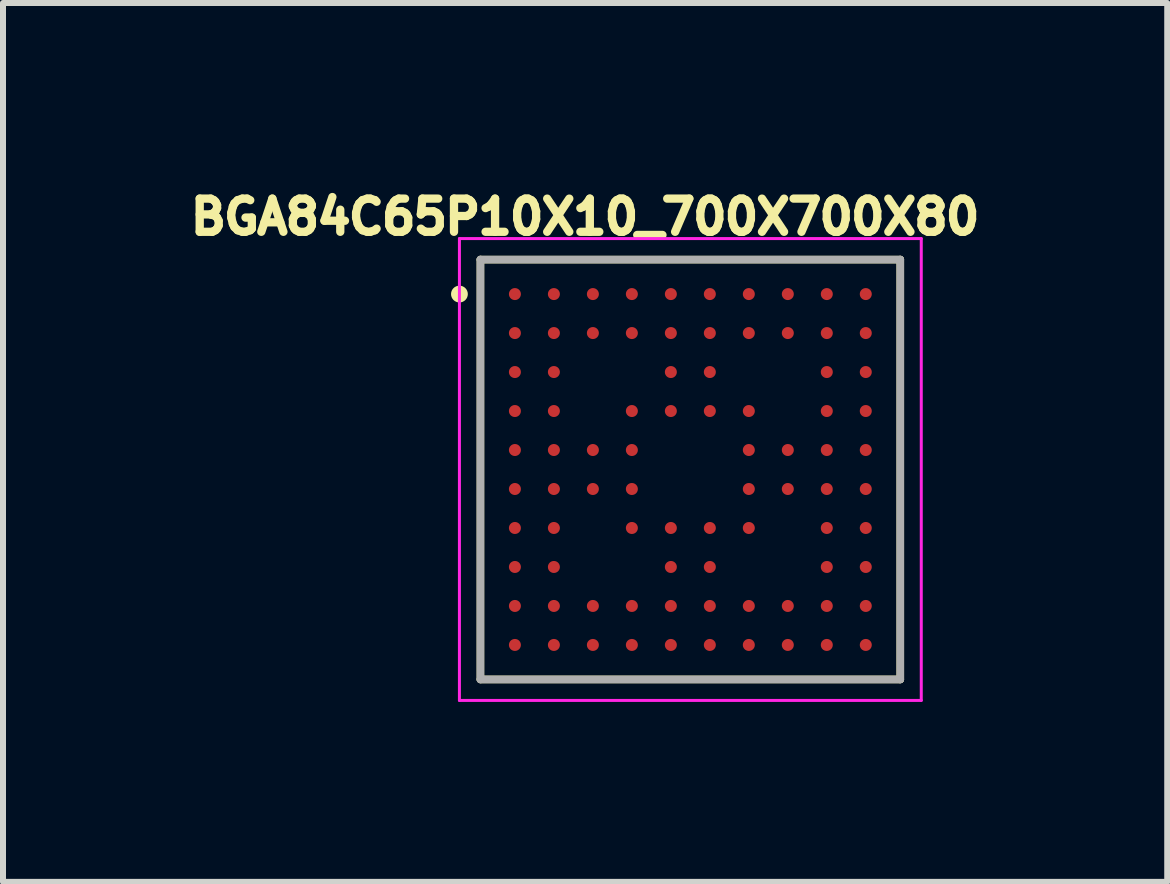
<source format=kicad_pcb>
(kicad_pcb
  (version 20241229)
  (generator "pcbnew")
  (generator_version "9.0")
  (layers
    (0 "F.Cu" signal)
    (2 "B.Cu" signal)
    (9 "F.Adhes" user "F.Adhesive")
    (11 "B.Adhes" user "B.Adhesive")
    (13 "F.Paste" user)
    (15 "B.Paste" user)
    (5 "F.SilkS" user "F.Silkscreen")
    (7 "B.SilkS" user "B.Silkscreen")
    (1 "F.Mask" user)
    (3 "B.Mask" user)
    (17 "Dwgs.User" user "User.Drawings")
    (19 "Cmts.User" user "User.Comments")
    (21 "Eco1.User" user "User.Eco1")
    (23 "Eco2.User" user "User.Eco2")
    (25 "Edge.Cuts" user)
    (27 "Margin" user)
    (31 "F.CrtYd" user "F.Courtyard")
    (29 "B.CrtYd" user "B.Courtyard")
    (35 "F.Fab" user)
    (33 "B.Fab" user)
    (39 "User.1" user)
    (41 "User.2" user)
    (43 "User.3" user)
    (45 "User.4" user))
  (footprint "BGA84C65P10X10_700X700X80"
    (layer "F.Cu")
    (at 8.46 4.778)
    (property "Reference" "BGA84C65P10X10_700X700X80" (at -1.755 -4.212 0) (layer "F.SilkS") (effects (font (size 0.553 0.553) (thickness 0.15))))
    (attr smd)
    (fp_line (start -3.5 -3.5) (end 3.5 -3.5) (stroke (width 0.127) (type solid)) (layer "F.SilkS"))
    (fp_line (start -3.5 3.5) (end -3.5 -3.5) (stroke (width 0.127) (type solid)) (layer "F.SilkS"))
    (fp_line (start 3.5 -3.5) (end 3.5 3.5) (stroke (width 0.127) (type solid)) (layer "F.SilkS"))
    (fp_line (start 3.5 3.5) (end -3.5 3.5) (stroke (width 0.127) (type solid)) (layer "F.SilkS"))
    (fp_circle (center -3.85 -2.925) (end -3.78 -2.925) (stroke (width 0.14) (type solid)) (fill no) (layer "F.SilkS"))
    (fp_line (start -3.85 -3.85) (end -3.85 3.85) (stroke (width 0.05) (type solid)) (layer "F.CrtYd"))
    (fp_line (start -3.85 3.85) (end 3.85 3.85) (stroke (width 0.05) (type solid)) (layer "F.CrtYd"))
    (fp_line (start 3.85 -3.85) (end -3.85 -3.85) (stroke (width 0.05) (type solid)) (layer "F.CrtYd"))
    (fp_line (start 3.85 3.85) (end 3.85 -3.85) (stroke (width 0.05) (type solid)) (layer "F.CrtYd"))
    (fp_line (start -3.5 -3.5) (end 3.5 -3.5) (stroke (width 0.127) (type solid)) (layer "F.Fab"))
    (fp_line (start -3.5 3.5) (end -3.5 -3.5) (stroke (width 0.127) (type solid)) (layer "F.Fab"))
    (fp_line (start 3.5 -3.5) (end 3.5 3.5) (stroke (width 0.127) (type solid)) (layer "F.Fab"))
    (fp_line (start 3.5 3.5) (end -3.5 3.5) (stroke (width 0.127) (type solid)) (layer "F.Fab"))
    (pad "A1" smd circle (at -2.925 -2.925) (size 0.2 0.2) (layers "F.Cu" "F.Mask" "F.Paste"))
    (pad "A2" smd circle (at -2.275 -2.925) (size 0.2 0.2) (layers "F.Cu" "F.Mask" "F.Paste"))
    (pad "A3" smd circle (at -1.625 -2.925) (size 0.2 0.2) (layers "F.Cu" "F.Mask" "F.Paste"))
    (pad "A4" smd circle (at -0.975 -2.925) (size 0.2 0.2) (layers "F.Cu" "F.Mask" "F.Paste"))
    (pad "A5" smd circle (at -0.325 -2.925) (size 0.2 0.2) (layers "F.Cu" "F.Mask" "F.Paste"))
    (pad "A6" smd circle (at 0.325 -2.925) (size 0.2 0.2) (layers "F.Cu" "F.Mask" "F.Paste"))
    (pad "A7" smd circle (at 0.975 -2.925) (size 0.2 0.2) (layers "F.Cu" "F.Mask" "F.Paste"))
    (pad "A8" smd circle (at 1.625 -2.925) (size 0.2 0.2) (layers "F.Cu" "F.Mask" "F.Paste"))
    (pad "A9" smd circle (at 2.275 -2.925) (size 0.2 0.2) (layers "F.Cu" "F.Mask" "F.Paste"))
    (pad "A10" smd circle (at 2.925 -2.925) (size 0.2 0.2) (layers "F.Cu" "F.Mask" "F.Paste"))
    (pad "B1" smd circle (at -2.925 -2.275) (size 0.2 0.2) (layers "F.Cu" "F.Mask" "F.Paste"))
    (pad "B2" smd circle (at -2.275 -2.275) (size 0.2 0.2) (layers "F.Cu" "F.Mask" "F.Paste"))
    (pad "B3" smd circle (at -1.625 -2.275) (size 0.2 0.2) (layers "F.Cu" "F.Mask" "F.Paste"))
    (pad "B4" smd circle (at -0.975 -2.275) (size 0.2 0.2) (layers "F.Cu" "F.Mask" "F.Paste"))
    (pad "B5" smd circle (at -0.325 -2.275) (size 0.2 0.2) (layers "F.Cu" "F.Mask" "F.Paste"))
    (pad "B6" smd circle (at 0.325 -2.275) (size 0.2 0.2) (layers "F.Cu" "F.Mask" "F.Paste"))
    (pad "B7" smd circle (at 0.975 -2.275) (size 0.2 0.2) (layers "F.Cu" "F.Mask" "F.Paste"))
    (pad "B8" smd circle (at 1.625 -2.275) (size 0.2 0.2) (layers "F.Cu" "F.Mask" "F.Paste"))
    (pad "B9" smd circle (at 2.275 -2.275) (size 0.2 0.2) (layers "F.Cu" "F.Mask" "F.Paste"))
    (pad "B10" smd circle (at 2.925 -2.275) (size 0.2 0.2) (layers "F.Cu" "F.Mask" "F.Paste"))
    (pad "C1" smd circle (at -2.925 -1.625) (size 0.2 0.2) (layers "F.Cu" "F.Mask" "F.Paste"))
    (pad "C2" smd circle (at -2.275 -1.625) (size 0.2 0.2) (layers "F.Cu" "F.Mask" "F.Paste"))
    (pad "C5" smd circle (at -0.325 -1.625) (size 0.2 0.2) (layers "F.Cu" "F.Mask" "F.Paste"))
    (pad "C6" smd circle (at 0.325 -1.625) (size 0.2 0.2) (layers "F.Cu" "F.Mask" "F.Paste"))
    (pad "C9" smd circle (at 2.275 -1.625) (size 0.2 0.2) (layers "F.Cu" "F.Mask" "F.Paste"))
    (pad "C10" smd circle (at 2.925 -1.625) (size 0.2 0.2) (layers "F.Cu" "F.Mask" "F.Paste"))
    (pad "D1" smd circle (at -2.925 -0.975) (size 0.2 0.2) (layers "F.Cu" "F.Mask" "F.Paste"))
    (pad "D2" smd circle (at -2.275 -0.975) (size 0.2 0.2) (layers "F.Cu" "F.Mask" "F.Paste"))
    (pad "D4" smd circle (at -0.975 -0.975) (size 0.2 0.2) (layers "F.Cu" "F.Mask" "F.Paste"))
    (pad "D5" smd circle (at -0.325 -0.975) (size 0.2 0.2) (layers "F.Cu" "F.Mask" "F.Paste"))
    (pad "D6" smd circle (at 0.325 -0.975) (size 0.2 0.2) (layers "F.Cu" "F.Mask" "F.Paste"))
    (pad "D7" smd circle (at 0.975 -0.975) (size 0.2 0.2) (layers "F.Cu" "F.Mask" "F.Paste"))
    (pad "D9" smd circle (at 2.275 -0.975) (size 0.2 0.2) (layers "F.Cu" "F.Mask" "F.Paste"))
    (pad "D10" smd circle (at 2.925 -0.975) (size 0.2 0.2) (layers "F.Cu" "F.Mask" "F.Paste"))
    (pad "E1" smd circle (at -2.925 -0.325) (size 0.2 0.2) (layers "F.Cu" "F.Mask" "F.Paste"))
    (pad "E2" smd circle (at -2.275 -0.325) (size 0.2 0.2) (layers "F.Cu" "F.Mask" "F.Paste"))
    (pad "E3" smd circle (at -1.625 -0.325) (size 0.2 0.2) (layers "F.Cu" "F.Mask" "F.Paste"))
    (pad "E4" smd circle (at -0.975 -0.325) (size 0.2 0.2) (layers "F.Cu" "F.Mask" "F.Paste"))
    (pad "E7" smd circle (at 0.975 -0.325) (size 0.2 0.2) (layers "F.Cu" "F.Mask" "F.Paste"))
    (pad "E8" smd circle (at 1.625 -0.325) (size 0.2 0.2) (layers "F.Cu" "F.Mask" "F.Paste"))
    (pad "E9" smd circle (at 2.275 -0.325) (size 0.2 0.2) (layers "F.Cu" "F.Mask" "F.Paste"))
    (pad "E10" smd circle (at 2.925 -0.325) (size 0.2 0.2) (layers "F.Cu" "F.Mask" "F.Paste"))
    (pad "F1" smd circle (at -2.925 0.325) (size 0.2 0.2) (layers "F.Cu" "F.Mask" "F.Paste"))
    (pad "F2" smd circle (at -2.275 0.325) (size 0.2 0.2) (layers "F.Cu" "F.Mask" "F.Paste"))
    (pad "F3" smd circle (at -1.625 0.325) (size 0.2 0.2) (layers "F.Cu" "F.Mask" "F.Paste"))
    (pad "F4" smd circle (at -0.975 0.325) (size 0.2 0.2) (layers "F.Cu" "F.Mask" "F.Paste"))
    (pad "F7" smd circle (at 0.975 0.325) (size 0.2 0.2) (layers "F.Cu" "F.Mask" "F.Paste"))
    (pad "F8" smd circle (at 1.625 0.325) (size 0.2 0.2) (layers "F.Cu" "F.Mask" "F.Paste"))
    (pad "F9" smd circle (at 2.275 0.325) (size 0.2 0.2) (layers "F.Cu" "F.Mask" "F.Paste"))
    (pad "F10" smd circle (at 2.925 0.325) (size 0.2 0.2) (layers "F.Cu" "F.Mask" "F.Paste"))
    (pad "G1" smd circle (at -2.925 0.975) (size 0.2 0.2) (layers "F.Cu" "F.Mask" "F.Paste"))
    (pad "G2" smd circle (at -2.275 0.975) (size 0.2 0.2) (layers "F.Cu" "F.Mask" "F.Paste"))
    (pad "G4" smd circle (at -0.975 0.975) (size 0.2 0.2) (layers "F.Cu" "F.Mask" "F.Paste"))
    (pad "G5" smd circle (at -0.325 0.975) (size 0.2 0.2) (layers "F.Cu" "F.Mask" "F.Paste"))
    (pad "G6" smd circle (at 0.325 0.975) (size 0.2 0.2) (layers "F.Cu" "F.Mask" "F.Paste"))
    (pad "G7" smd circle (at 0.975 0.975) (size 0.2 0.2) (layers "F.Cu" "F.Mask" "F.Paste"))
    (pad "G9" smd circle (at 2.275 0.975) (size 0.2 0.2) (layers "F.Cu" "F.Mask" "F.Paste"))
    (pad "G10" smd circle (at 2.925 0.975) (size 0.2 0.2) (layers "F.Cu" "F.Mask" "F.Paste"))
    (pad "H1" smd circle (at -2.925 1.625) (size 0.2 0.2) (layers "F.Cu" "F.Mask" "F.Paste"))
    (pad "H2" smd circle (at -2.275 1.625) (size 0.2 0.2) (layers "F.Cu" "F.Mask" "F.Paste"))
    (pad "H5" smd circle (at -0.325 1.625) (size 0.2 0.2) (layers "F.Cu" "F.Mask" "F.Paste"))
    (pad "H6" smd circle (at 0.325 1.625) (size 0.2 0.2) (layers "F.Cu" "F.Mask" "F.Paste"))
    (pad "H9" smd circle (at 2.275 1.625) (size 0.2 0.2) (layers "F.Cu" "F.Mask" "F.Paste"))
    (pad "H10" smd circle (at 2.925 1.625) (size 0.2 0.2) (layers "F.Cu" "F.Mask" "F.Paste"))
    (pad "J1" smd circle (at -2.925 2.275) (size 0.2 0.2) (layers "F.Cu" "F.Mask" "F.Paste"))
    (pad "J2" smd circle (at -2.275 2.275) (size 0.2 0.2) (layers "F.Cu" "F.Mask" "F.Paste"))
    (pad "J3" smd circle (at -1.625 2.275) (size 0.2 0.2) (layers "F.Cu" "F.Mask" "F.Paste"))
    (pad "J4" smd circle (at -0.975 2.275) (size 0.2 0.2) (layers "F.Cu" "F.Mask" "F.Paste"))
    (pad "J5" smd circle (at -0.325 2.275) (size 0.2 0.2) (layers "F.Cu" "F.Mask" "F.Paste"))
    (pad "J6" smd circle (at 0.325 2.275) (size 0.2 0.2) (layers "F.Cu" "F.Mask" "F.Paste"))
    (pad "J7" smd circle (at 0.975 2.275) (size 0.2 0.2) (layers "F.Cu" "F.Mask" "F.Paste"))
    (pad "J8" smd circle (at 1.625 2.275) (size 0.2 0.2) (layers "F.Cu" "F.Mask" "F.Paste"))
    (pad "J9" smd circle (at 2.275 2.275) (size 0.2 0.2) (layers "F.Cu" "F.Mask" "F.Paste"))
    (pad "J10" smd circle (at 2.925 2.275) (size 0.2 0.2) (layers "F.Cu" "F.Mask" "F.Paste"))
    (pad "K1" smd circle (at -2.925 2.925) (size 0.2 0.2) (layers "F.Cu" "F.Mask" "F.Paste"))
    (pad "K2" smd circle (at -2.275 2.925) (size 0.2 0.2) (layers "F.Cu" "F.Mask" "F.Paste"))
    (pad "K3" smd circle (at -1.625 2.925) (size 0.2 0.2) (layers "F.Cu" "F.Mask" "F.Paste"))
    (pad "K4" smd circle (at -0.975 2.925) (size 0.2 0.2) (layers "F.Cu" "F.Mask" "F.Paste"))
    (pad "K5" smd circle (at -0.325 2.925) (size 0.2 0.2) (layers "F.Cu" "F.Mask" "F.Paste"))
    (pad "K6" smd circle (at 0.325 2.925) (size 0.2 0.2) (layers "F.Cu" "F.Mask" "F.Paste"))
    (pad "K7" smd circle (at 0.975 2.925) (size 0.2 0.2) (layers "F.Cu" "F.Mask" "F.Paste"))
    (pad "K8" smd circle (at 1.625 2.925) (size 0.2 0.2) (layers "F.Cu" "F.Mask" "F.Paste"))
    (pad "K9" smd circle (at 2.275 2.925) (size 0.2 0.2) (layers "F.Cu" "F.Mask" "F.Paste"))
    (pad "K10" smd circle (at 2.925 2.925) (size 0.2 0.2) (layers "F.Cu" "F.Mask" "F.Paste")))
  (gr_rect
    (start -3 -3)
    (end 16.411 11.653)
    (stroke (width 0.1) (type default))
    (fill no)
    (layer "Edge.Cuts")))
</source>
